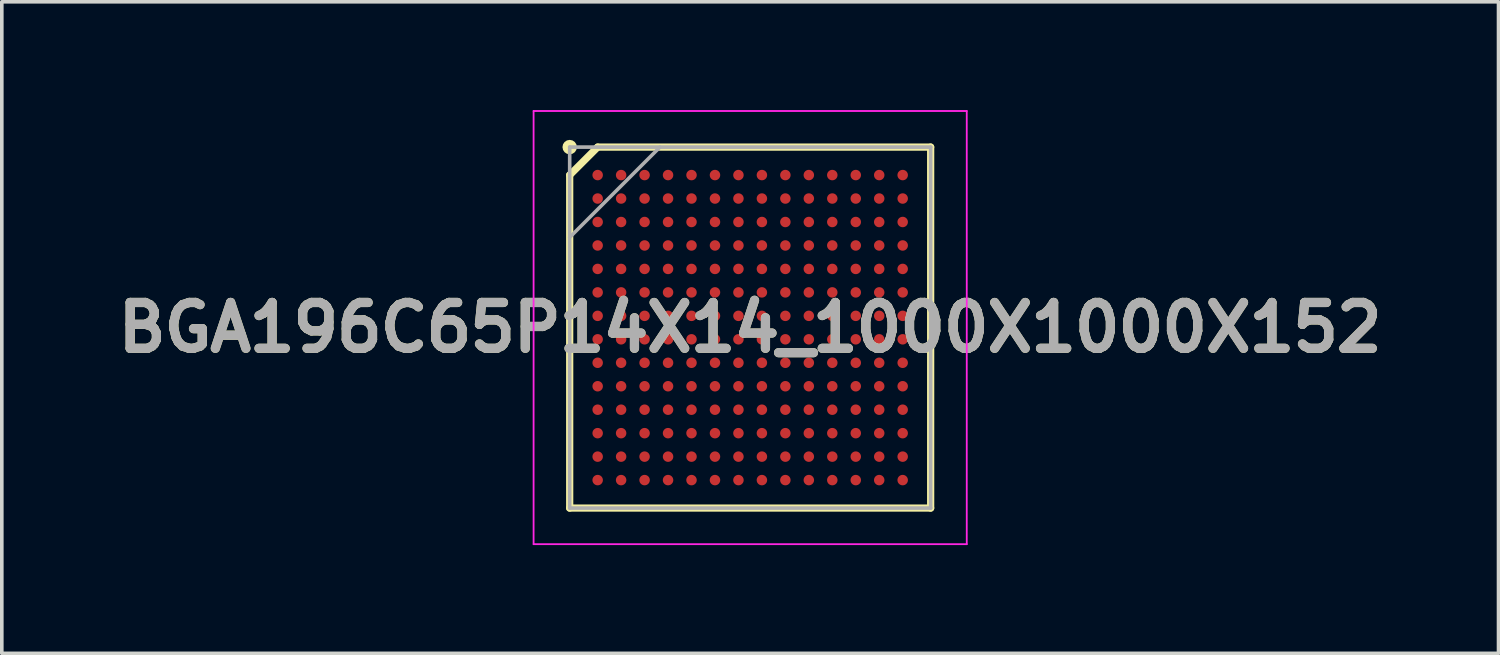
<source format=kicad_pcb>
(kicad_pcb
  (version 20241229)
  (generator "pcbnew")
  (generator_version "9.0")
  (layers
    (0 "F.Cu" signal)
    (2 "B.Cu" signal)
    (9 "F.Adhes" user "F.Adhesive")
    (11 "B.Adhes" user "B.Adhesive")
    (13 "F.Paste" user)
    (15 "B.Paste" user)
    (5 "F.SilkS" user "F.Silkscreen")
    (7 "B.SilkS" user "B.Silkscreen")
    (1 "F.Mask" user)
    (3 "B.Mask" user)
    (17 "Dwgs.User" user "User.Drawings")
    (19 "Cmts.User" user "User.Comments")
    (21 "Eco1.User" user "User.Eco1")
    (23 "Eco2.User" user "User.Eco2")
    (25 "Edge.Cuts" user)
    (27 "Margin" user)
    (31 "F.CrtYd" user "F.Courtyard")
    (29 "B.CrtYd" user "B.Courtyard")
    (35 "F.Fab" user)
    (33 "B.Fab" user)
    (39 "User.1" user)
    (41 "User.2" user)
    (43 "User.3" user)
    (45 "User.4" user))
  (footprint "BGA196C65P14X14_1000X1000X152"
    (layer "F.Cu")
    (at 17.732 6.025)
    (property "Reference" "BGA196C65P14X14_1000X1000X152" (at 0 0 0) (layer "F.SilkS") (effects (font (size 1.27 1.27) (thickness 0.254))))
    (attr smd)
    (fp_line (start -5 -4.225) (end -4.225 -5) (stroke (width 0.2) (type solid)) (layer "F.SilkS"))
    (fp_line (start -5 5) (end -5 -4.225) (stroke (width 0.2) (type solid)) (layer "F.SilkS"))
    (fp_line (start -4.225 -5) (end 5 -5) (stroke (width 0.2) (type solid)) (layer "F.SilkS"))
    (fp_line (start 5 -5) (end 5 5) (stroke (width 0.2) (type solid)) (layer "F.SilkS"))
    (fp_line (start 5 5) (end -5 5) (stroke (width 0.2) (type solid)) (layer "F.SilkS"))
    (fp_circle (center -5 -5) (end -5 -4.9) (stroke (width 0.2) (type solid)) (fill no) (layer "F.SilkS"))
    (fp_line (start -6 -6) (end 6 -6) (stroke (width 0.05) (type solid)) (layer "F.CrtYd"))
    (fp_line (start -6 6) (end -6 -6) (stroke (width 0.05) (type solid)) (layer "F.CrtYd"))
    (fp_line (start 6 -6) (end 6 6) (stroke (width 0.05) (type solid)) (layer "F.CrtYd"))
    (fp_line (start 6 6) (end -6 6) (stroke (width 0.05) (type solid)) (layer "F.CrtYd"))
    (fp_line (start -5 -5) (end 5 -5) (stroke (width 0.1) (type solid)) (layer "F.Fab"))
    (fp_line (start -5 -2.5) (end -2.5 -5) (stroke (width 0.1) (type solid)) (layer "F.Fab"))
    (fp_line (start -5 5) (end -5 -5) (stroke (width 0.1) (type solid)) (layer "F.Fab"))
    (fp_line (start 5 -5) (end 5 5) (stroke (width 0.1) (type solid)) (layer "F.Fab"))
    (fp_line (start 5 5) (end -5 5) (stroke (width 0.1) (type solid)) (layer "F.Fab"))
    (fp_text user "${REFERENCE}" (at 0 0 0) (layer "F.Fab") (effects (font (size 1.27 1.27) (thickness 0.254))))
    (pad "A1" smd circle (at -4.225 -4.225 90) (size 0.29 0.29) (layers "F.Cu" "F.Mask" "F.Paste"))
    (pad "A2" smd circle (at -3.575 -4.225 90) (size 0.29 0.29) (layers "F.Cu" "F.Mask" "F.Paste"))
    (pad "A3" smd circle (at -2.925 -4.225 90) (size 0.29 0.29) (layers "F.Cu" "F.Mask" "F.Paste"))
    (pad "A4" smd circle (at -2.275 -4.225 90) (size 0.29 0.29) (layers "F.Cu" "F.Mask" "F.Paste"))
    (pad "A5" smd circle (at -1.625 -4.225 90) (size 0.29 0.29) (layers "F.Cu" "F.Mask" "F.Paste"))
    (pad "A6" smd circle (at -0.975 -4.225 90) (size 0.29 0.29) (layers "F.Cu" "F.Mask" "F.Paste"))
    (pad "A7" smd circle (at -0.325 -4.225 90) (size 0.29 0.29) (layers "F.Cu" "F.Mask" "F.Paste"))
    (pad "A8" smd circle (at 0.325 -4.225 90) (size 0.29 0.29) (layers "F.Cu" "F.Mask" "F.Paste"))
    (pad "A9" smd circle (at 0.975 -4.225 90) (size 0.29 0.29) (layers "F.Cu" "F.Mask" "F.Paste"))
    (pad "A10" smd circle (at 1.625 -4.225 90) (size 0.29 0.29) (layers "F.Cu" "F.Mask" "F.Paste"))
    (pad "A11" smd circle (at 2.275 -4.225 90) (size 0.29 0.29) (layers "F.Cu" "F.Mask" "F.Paste"))
    (pad "A12" smd circle (at 2.925 -4.225 90) (size 0.29 0.29) (layers "F.Cu" "F.Mask" "F.Paste"))
    (pad "A13" smd circle (at 3.575 -4.225 90) (size 0.29 0.29) (layers "F.Cu" "F.Mask" "F.Paste"))
    (pad "A14" smd circle (at 4.225 -4.225 90) (size 0.29 0.29) (layers "F.Cu" "F.Mask" "F.Paste"))
    (pad "B1" smd circle (at -4.225 -3.575 90) (size 0.29 0.29) (layers "F.Cu" "F.Mask" "F.Paste"))
    (pad "B2" smd circle (at -3.575 -3.575 90) (size 0.29 0.29) (layers "F.Cu" "F.Mask" "F.Paste"))
    (pad "B3" smd circle (at -2.925 -3.575 90) (size 0.29 0.29) (layers "F.Cu" "F.Mask" "F.Paste"))
    (pad "B4" smd circle (at -2.275 -3.575 90) (size 0.29 0.29) (layers "F.Cu" "F.Mask" "F.Paste"))
    (pad "B5" smd circle (at -1.625 -3.575 90) (size 0.29 0.29) (layers "F.Cu" "F.Mask" "F.Paste"))
    (pad "B6" smd circle (at -0.975 -3.575 90) (size 0.29 0.29) (layers "F.Cu" "F.Mask" "F.Paste"))
    (pad "B7" smd circle (at -0.325 -3.575 90) (size 0.29 0.29) (layers "F.Cu" "F.Mask" "F.Paste"))
    (pad "B8" smd circle (at 0.325 -3.575 90) (size 0.29 0.29) (layers "F.Cu" "F.Mask" "F.Paste"))
    (pad "B9" smd circle (at 0.975 -3.575 90) (size 0.29 0.29) (layers "F.Cu" "F.Mask" "F.Paste"))
    (pad "B10" smd circle (at 1.625 -3.575 90) (size 0.29 0.29) (layers "F.Cu" "F.Mask" "F.Paste"))
    (pad "B11" smd circle (at 2.275 -3.575 90) (size 0.29 0.29) (layers "F.Cu" "F.Mask" "F.Paste"))
    (pad "B12" smd circle (at 2.925 -3.575 90) (size 0.29 0.29) (layers "F.Cu" "F.Mask" "F.Paste"))
    (pad "B13" smd circle (at 3.575 -3.575 90) (size 0.29 0.29) (layers "F.Cu" "F.Mask" "F.Paste"))
    (pad "B14" smd circle (at 4.225 -3.575 90) (size 0.29 0.29) (layers "F.Cu" "F.Mask" "F.Paste"))
    (pad "C1" smd circle (at -4.225 -2.925 90) (size 0.29 0.29) (layers "F.Cu" "F.Mask" "F.Paste"))
    (pad "C2" smd circle (at -3.575 -2.925 90) (size 0.29 0.29) (layers "F.Cu" "F.Mask" "F.Paste"))
    (pad "C3" smd circle (at -2.925 -2.925 90) (size 0.29 0.29) (layers "F.Cu" "F.Mask" "F.Paste"))
    (pad "C4" smd circle (at -2.275 -2.925 90) (size 0.29 0.29) (layers "F.Cu" "F.Mask" "F.Paste"))
    (pad "C5" smd circle (at -1.625 -2.925 90) (size 0.29 0.29) (layers "F.Cu" "F.Mask" "F.Paste"))
    (pad "C6" smd circle (at -0.975 -2.925 90) (size 0.29 0.29) (layers "F.Cu" "F.Mask" "F.Paste"))
    (pad "C7" smd circle (at -0.325 -2.925 90) (size 0.29 0.29) (layers "F.Cu" "F.Mask" "F.Paste"))
    (pad "C8" smd circle (at 0.325 -2.925 90) (size 0.29 0.29) (layers "F.Cu" "F.Mask" "F.Paste"))
    (pad "C9" smd circle (at 0.975 -2.925 90) (size 0.29 0.29) (layers "F.Cu" "F.Mask" "F.Paste"))
    (pad "C10" smd circle (at 1.625 -2.925 90) (size 0.29 0.29) (layers "F.Cu" "F.Mask" "F.Paste"))
    (pad "C11" smd circle (at 2.275 -2.925 90) (size 0.29 0.29) (layers "F.Cu" "F.Mask" "F.Paste"))
    (pad "C12" smd circle (at 2.925 -2.925 90) (size 0.29 0.29) (layers "F.Cu" "F.Mask" "F.Paste"))
    (pad "C13" smd circle (at 3.575 -2.925 90) (size 0.29 0.29) (layers "F.Cu" "F.Mask" "F.Paste"))
    (pad "C14" smd circle (at 4.225 -2.925 90) (size 0.29 0.29) (layers "F.Cu" "F.Mask" "F.Paste"))
    (pad "D1" smd circle (at -4.225 -2.275 90) (size 0.29 0.29) (layers "F.Cu" "F.Mask" "F.Paste"))
    (pad "D2" smd circle (at -3.575 -2.275 90) (size 0.29 0.29) (layers "F.Cu" "F.Mask" "F.Paste"))
    (pad "D3" smd circle (at -2.925 -2.275 90) (size 0.29 0.29) (layers "F.Cu" "F.Mask" "F.Paste"))
    (pad "D4" smd circle (at -2.275 -2.275 90) (size 0.29 0.29) (layers "F.Cu" "F.Mask" "F.Paste"))
    (pad "D5" smd circle (at -1.625 -2.275 90) (size 0.29 0.29) (layers "F.Cu" "F.Mask" "F.Paste"))
    (pad "D6" smd circle (at -0.975 -2.275 90) (size 0.29 0.29) (layers "F.Cu" "F.Mask" "F.Paste"))
    (pad "D7" smd circle (at -0.325 -2.275 90) (size 0.29 0.29) (layers "F.Cu" "F.Mask" "F.Paste"))
    (pad "D8" smd circle (at 0.325 -2.275 90) (size 0.29 0.29) (layers "F.Cu" "F.Mask" "F.Paste"))
    (pad "D9" smd circle (at 0.975 -2.275 90) (size 0.29 0.29) (layers "F.Cu" "F.Mask" "F.Paste"))
    (pad "D10" smd circle (at 1.625 -2.275 90) (size 0.29 0.29) (layers "F.Cu" "F.Mask" "F.Paste"))
    (pad "D11" smd circle (at 2.275 -2.275 90) (size 0.29 0.29) (layers "F.Cu" "F.Mask" "F.Paste"))
    (pad "D12" smd circle (at 2.925 -2.275 90) (size 0.29 0.29) (layers "F.Cu" "F.Mask" "F.Paste"))
    (pad "D13" smd circle (at 3.575 -2.275 90) (size 0.29 0.29) (layers "F.Cu" "F.Mask" "F.Paste"))
    (pad "D14" smd circle (at 4.225 -2.275 90) (size 0.29 0.29) (layers "F.Cu" "F.Mask" "F.Paste"))
    (pad "E1" smd circle (at -4.225 -1.625 90) (size 0.29 0.29) (layers "F.Cu" "F.Mask" "F.Paste"))
    (pad "E2" smd circle (at -3.575 -1.625 90) (size 0.29 0.29) (layers "F.Cu" "F.Mask" "F.Paste"))
    (pad "E3" smd circle (at -2.925 -1.625 90) (size 0.29 0.29) (layers "F.Cu" "F.Mask" "F.Paste"))
    (pad "E4" smd circle (at -2.275 -1.625 90) (size 0.29 0.29) (layers "F.Cu" "F.Mask" "F.Paste"))
    (pad "E5" smd circle (at -1.625 -1.625 90) (size 0.29 0.29) (layers "F.Cu" "F.Mask" "F.Paste"))
    (pad "E6" smd circle (at -0.975 -1.625 90) (size 0.29 0.29) (layers "F.Cu" "F.Mask" "F.Paste"))
    (pad "E7" smd circle (at -0.325 -1.625 90) (size 0.29 0.29) (layers "F.Cu" "F.Mask" "F.Paste"))
    (pad "E8" smd circle (at 0.325 -1.625 90) (size 0.29 0.29) (layers "F.Cu" "F.Mask" "F.Paste"))
    (pad "E9" smd circle (at 0.975 -1.625 90) (size 0.29 0.29) (layers "F.Cu" "F.Mask" "F.Paste"))
    (pad "E10" smd circle (at 1.625 -1.625 90) (size 0.29 0.29) (layers "F.Cu" "F.Mask" "F.Paste"))
    (pad "E11" smd circle (at 2.275 -1.625 90) (size 0.29 0.29) (layers "F.Cu" "F.Mask" "F.Paste"))
    (pad "E12" smd circle (at 2.925 -1.625 90) (size 0.29 0.29) (layers "F.Cu" "F.Mask" "F.Paste"))
    (pad "E13" smd circle (at 3.575 -1.625 90) (size 0.29 0.29) (layers "F.Cu" "F.Mask" "F.Paste"))
    (pad "E14" smd circle (at 4.225 -1.625 90) (size 0.29 0.29) (layers "F.Cu" "F.Mask" "F.Paste"))
    (pad "F1" smd circle (at -4.225 -0.975 90) (size 0.29 0.29) (layers "F.Cu" "F.Mask" "F.Paste"))
    (pad "F2" smd circle (at -3.575 -0.975 90) (size 0.29 0.29) (layers "F.Cu" "F.Mask" "F.Paste"))
    (pad "F3" smd circle (at -2.925 -0.975 90) (size 0.29 0.29) (layers "F.Cu" "F.Mask" "F.Paste"))
    (pad "F4" smd circle (at -2.275 -0.975 90) (size 0.29 0.29) (layers "F.Cu" "F.Mask" "F.Paste"))
    (pad "F5" smd circle (at -1.625 -0.975 90) (size 0.29 0.29) (layers "F.Cu" "F.Mask" "F.Paste"))
    (pad "F6" smd circle (at -0.975 -0.975 90) (size 0.29 0.29) (layers "F.Cu" "F.Mask" "F.Paste"))
    (pad "F7" smd circle (at -0.325 -0.975 90) (size 0.29 0.29) (layers "F.Cu" "F.Mask" "F.Paste"))
    (pad "F8" smd circle (at 0.325 -0.975 90) (size 0.29 0.29) (layers "F.Cu" "F.Mask" "F.Paste"))
    (pad "F9" smd circle (at 0.975 -0.975 90) (size 0.29 0.29) (layers "F.Cu" "F.Mask" "F.Paste"))
    (pad "F10" smd circle (at 1.625 -0.975 90) (size 0.29 0.29) (layers "F.Cu" "F.Mask" "F.Paste"))
    (pad "F11" smd circle (at 2.275 -0.975 90) (size 0.29 0.29) (layers "F.Cu" "F.Mask" "F.Paste"))
    (pad "F12" smd circle (at 2.925 -0.975 90) (size 0.29 0.29) (layers "F.Cu" "F.Mask" "F.Paste"))
    (pad "F13" smd circle (at 3.575 -0.975 90) (size 0.29 0.29) (layers "F.Cu" "F.Mask" "F.Paste"))
    (pad "F14" smd circle (at 4.225 -0.975 90) (size 0.29 0.29) (layers "F.Cu" "F.Mask" "F.Paste"))
    (pad "G1" smd circle (at -4.225 -0.325 90) (size 0.29 0.29) (layers "F.Cu" "F.Mask" "F.Paste"))
    (pad "G2" smd circle (at -3.575 -0.325 90) (size 0.29 0.29) (layers "F.Cu" "F.Mask" "F.Paste"))
    (pad "G3" smd circle (at -2.925 -0.325 90) (size 0.29 0.29) (layers "F.Cu" "F.Mask" "F.Paste"))
    (pad "G4" smd circle (at -2.275 -0.325 90) (size 0.29 0.29) (layers "F.Cu" "F.Mask" "F.Paste"))
    (pad "G5" smd circle (at -1.625 -0.325 90) (size 0.29 0.29) (layers "F.Cu" "F.Mask" "F.Paste"))
    (pad "G6" smd circle (at -0.975 -0.325 90) (size 0.29 0.29) (layers "F.Cu" "F.Mask" "F.Paste"))
    (pad "G7" smd circle (at -0.325 -0.325 90) (size 0.29 0.29) (layers "F.Cu" "F.Mask" "F.Paste"))
    (pad "G8" smd circle (at 0.325 -0.325 90) (size 0.29 0.29) (layers "F.Cu" "F.Mask" "F.Paste"))
    (pad "G9" smd circle (at 0.975 -0.325 90) (size 0.29 0.29) (layers "F.Cu" "F.Mask" "F.Paste"))
    (pad "G10" smd circle (at 1.625 -0.325 90) (size 0.29 0.29) (layers "F.Cu" "F.Mask" "F.Paste"))
    (pad "G11" smd circle (at 2.275 -0.325 90) (size 0.29 0.29) (layers "F.Cu" "F.Mask" "F.Paste"))
    (pad "G12" smd circle (at 2.925 -0.325 90) (size 0.29 0.29) (layers "F.Cu" "F.Mask" "F.Paste"))
    (pad "G13" smd circle (at 3.575 -0.325 90) (size 0.29 0.29) (layers "F.Cu" "F.Mask" "F.Paste"))
    (pad "G14" smd circle (at 4.225 -0.325 90) (size 0.29 0.29) (layers "F.Cu" "F.Mask" "F.Paste"))
    (pad "H1" smd circle (at -4.225 0.325 90) (size 0.29 0.29) (layers "F.Cu" "F.Mask" "F.Paste"))
    (pad "H2" smd circle (at -3.575 0.325 90) (size 0.29 0.29) (layers "F.Cu" "F.Mask" "F.Paste"))
    (pad "H3" smd circle (at -2.925 0.325 90) (size 0.29 0.29) (layers "F.Cu" "F.Mask" "F.Paste"))
    (pad "H4" smd circle (at -2.275 0.325 90) (size 0.29 0.29) (layers "F.Cu" "F.Mask" "F.Paste"))
    (pad "H5" smd circle (at -1.625 0.325 90) (size 0.29 0.29) (layers "F.Cu" "F.Mask" "F.Paste"))
    (pad "H6" smd circle (at -0.975 0.325 90) (size 0.29 0.29) (layers "F.Cu" "F.Mask" "F.Paste"))
    (pad "H7" smd circle (at -0.325 0.325 90) (size 0.29 0.29) (layers "F.Cu" "F.Mask" "F.Paste"))
    (pad "H8" smd circle (at 0.325 0.325 90) (size 0.29 0.29) (layers "F.Cu" "F.Mask" "F.Paste"))
    (pad "H9" smd circle (at 0.975 0.325 90) (size 0.29 0.29) (layers "F.Cu" "F.Mask" "F.Paste"))
    (pad "H10" smd circle (at 1.625 0.325 90) (size 0.29 0.29) (layers "F.Cu" "F.Mask" "F.Paste"))
    (pad "H11" smd circle (at 2.275 0.325 90) (size 0.29 0.29) (layers "F.Cu" "F.Mask" "F.Paste"))
    (pad "H12" smd circle (at 2.925 0.325 90) (size 0.29 0.29) (layers "F.Cu" "F.Mask" "F.Paste"))
    (pad "H13" smd circle (at 3.575 0.325 90) (size 0.29 0.29) (layers "F.Cu" "F.Mask" "F.Paste"))
    (pad "H14" smd circle (at 4.225 0.325 90) (size 0.29 0.29) (layers "F.Cu" "F.Mask" "F.Paste"))
    (pad "J1" smd circle (at -4.225 0.975 90) (size 0.29 0.29) (layers "F.Cu" "F.Mask" "F.Paste"))
    (pad "J2" smd circle (at -3.575 0.975 90) (size 0.29 0.29) (layers "F.Cu" "F.Mask" "F.Paste"))
    (pad "J3" smd circle (at -2.925 0.975 90) (size 0.29 0.29) (layers "F.Cu" "F.Mask" "F.Paste"))
    (pad "J4" smd circle (at -2.275 0.975 90) (size 0.29 0.29) (layers "F.Cu" "F.Mask" "F.Paste"))
    (pad "J5" smd circle (at -1.625 0.975 90) (size 0.29 0.29) (layers "F.Cu" "F.Mask" "F.Paste"))
    (pad "J6" smd circle (at -0.975 0.975 90) (size 0.29 0.29) (layers "F.Cu" "F.Mask" "F.Paste"))
    (pad "J7" smd circle (at -0.325 0.975 90) (size 0.29 0.29) (layers "F.Cu" "F.Mask" "F.Paste"))
    (pad "J8" smd circle (at 0.325 0.975 90) (size 0.29 0.29) (layers "F.Cu" "F.Mask" "F.Paste"))
    (pad "J9" smd circle (at 0.975 0.975 90) (size 0.29 0.29) (layers "F.Cu" "F.Mask" "F.Paste"))
    (pad "J10" smd circle (at 1.625 0.975 90) (size 0.29 0.29) (layers "F.Cu" "F.Mask" "F.Paste"))
    (pad "J11" smd circle (at 2.275 0.975 90) (size 0.29 0.29) (layers "F.Cu" "F.Mask" "F.Paste"))
    (pad "J12" smd circle (at 2.925 0.975 90) (size 0.29 0.29) (layers "F.Cu" "F.Mask" "F.Paste"))
    (pad "J13" smd circle (at 3.575 0.975 90) (size 0.29 0.29) (layers "F.Cu" "F.Mask" "F.Paste"))
    (pad "J14" smd circle (at 4.225 0.975 90) (size 0.29 0.29) (layers "F.Cu" "F.Mask" "F.Paste"))
    (pad "K1" smd circle (at -4.225 1.625 90) (size 0.29 0.29) (layers "F.Cu" "F.Mask" "F.Paste"))
    (pad "K2" smd circle (at -3.575 1.625 90) (size 0.29 0.29) (layers "F.Cu" "F.Mask" "F.Paste"))
    (pad "K3" smd circle (at -2.925 1.625 90) (size 0.29 0.29) (layers "F.Cu" "F.Mask" "F.Paste"))
    (pad "K4" smd circle (at -2.275 1.625 90) (size 0.29 0.29) (layers "F.Cu" "F.Mask" "F.Paste"))
    (pad "K5" smd circle (at -1.625 1.625 90) (size 0.29 0.29) (layers "F.Cu" "F.Mask" "F.Paste"))
    (pad "K6" smd circle (at -0.975 1.625 90) (size 0.29 0.29) (layers "F.Cu" "F.Mask" "F.Paste"))
    (pad "K7" smd circle (at -0.325 1.625 90) (size 0.29 0.29) (layers "F.Cu" "F.Mask" "F.Paste"))
    (pad "K8" smd circle (at 0.325 1.625 90) (size 0.29 0.29) (layers "F.Cu" "F.Mask" "F.Paste"))
    (pad "K9" smd circle (at 0.975 1.625 90) (size 0.29 0.29) (layers "F.Cu" "F.Mask" "F.Paste"))
    (pad "K10" smd circle (at 1.625 1.625 90) (size 0.29 0.29) (layers "F.Cu" "F.Mask" "F.Paste"))
    (pad "K11" smd circle (at 2.275 1.625 90) (size 0.29 0.29) (layers "F.Cu" "F.Mask" "F.Paste"))
    (pad "K12" smd circle (at 2.925 1.625 90) (size 0.29 0.29) (layers "F.Cu" "F.Mask" "F.Paste"))
    (pad "K13" smd circle (at 3.575 1.625 90) (size 0.29 0.29) (layers "F.Cu" "F.Mask" "F.Paste"))
    (pad "K14" smd circle (at 4.225 1.625 90) (size 0.29 0.29) (layers "F.Cu" "F.Mask" "F.Paste"))
    (pad "L1" smd circle (at -4.225 2.275 90) (size 0.29 0.29) (layers "F.Cu" "F.Mask" "F.Paste"))
    (pad "L2" smd circle (at -3.575 2.275 90) (size 0.29 0.29) (layers "F.Cu" "F.Mask" "F.Paste"))
    (pad "L3" smd circle (at -2.925 2.275 90) (size 0.29 0.29) (layers "F.Cu" "F.Mask" "F.Paste"))
    (pad "L4" smd circle (at -2.275 2.275 90) (size 0.29 0.29) (layers "F.Cu" "F.Mask" "F.Paste"))
    (pad "L5" smd circle (at -1.625 2.275 90) (size 0.29 0.29) (layers "F.Cu" "F.Mask" "F.Paste"))
    (pad "L6" smd circle (at -0.975 2.275 90) (size 0.29 0.29) (layers "F.Cu" "F.Mask" "F.Paste"))
    (pad "L7" smd circle (at -0.325 2.275 90) (size 0.29 0.29) (layers "F.Cu" "F.Mask" "F.Paste"))
    (pad "L8" smd circle (at 0.325 2.275 90) (size 0.29 0.29) (layers "F.Cu" "F.Mask" "F.Paste"))
    (pad "L9" smd circle (at 0.975 2.275 90) (size 0.29 0.29) (layers "F.Cu" "F.Mask" "F.Paste"))
    (pad "L10" smd circle (at 1.625 2.275 90) (size 0.29 0.29) (layers "F.Cu" "F.Mask" "F.Paste"))
    (pad "L11" smd circle (at 2.275 2.275 90) (size 0.29 0.29) (layers "F.Cu" "F.Mask" "F.Paste"))
    (pad "L12" smd circle (at 2.925 2.275 90) (size 0.29 0.29) (layers "F.Cu" "F.Mask" "F.Paste"))
    (pad "L13" smd circle (at 3.575 2.275 90) (size 0.29 0.29) (layers "F.Cu" "F.Mask" "F.Paste"))
    (pad "L14" smd circle (at 4.225 2.275 90) (size 0.29 0.29) (layers "F.Cu" "F.Mask" "F.Paste"))
    (pad "M1" smd circle (at -4.225 2.925 90) (size 0.29 0.29) (layers "F.Cu" "F.Mask" "F.Paste"))
    (pad "M2" smd circle (at -3.575 2.925 90) (size 0.29 0.29) (layers "F.Cu" "F.Mask" "F.Paste"))
    (pad "M3" smd circle (at -2.925 2.925 90) (size 0.29 0.29) (layers "F.Cu" "F.Mask" "F.Paste"))
    (pad "M4" smd circle (at -2.275 2.925 90) (size 0.29 0.29) (layers "F.Cu" "F.Mask" "F.Paste"))
    (pad "M5" smd circle (at -1.625 2.925 90) (size 0.29 0.29) (layers "F.Cu" "F.Mask" "F.Paste"))
    (pad "M6" smd circle (at -0.975 2.925 90) (size 0.29 0.29) (layers "F.Cu" "F.Mask" "F.Paste"))
    (pad "M7" smd circle (at -0.325 2.925 90) (size 0.29 0.29) (layers "F.Cu" "F.Mask" "F.Paste"))
    (pad "M8" smd circle (at 0.325 2.925 90) (size 0.29 0.29) (layers "F.Cu" "F.Mask" "F.Paste"))
    (pad "M9" smd circle (at 0.975 2.925 90) (size 0.29 0.29) (layers "F.Cu" "F.Mask" "F.Paste"))
    (pad "M10" smd circle (at 1.625 2.925 90) (size 0.29 0.29) (layers "F.Cu" "F.Mask" "F.Paste"))
    (pad "M11" smd circle (at 2.275 2.925 90) (size 0.29 0.29) (layers "F.Cu" "F.Mask" "F.Paste"))
    (pad "M12" smd circle (at 2.925 2.925 90) (size 0.29 0.29) (layers "F.Cu" "F.Mask" "F.Paste"))
    (pad "M13" smd circle (at 3.575 2.925 90) (size 0.29 0.29) (layers "F.Cu" "F.Mask" "F.Paste"))
    (pad "M14" smd circle (at 4.225 2.925 90) (size 0.29 0.29) (layers "F.Cu" "F.Mask" "F.Paste"))
    (pad "N1" smd circle (at -4.225 3.575 90) (size 0.29 0.29) (layers "F.Cu" "F.Mask" "F.Paste"))
    (pad "N2" smd circle (at -3.575 3.575 90) (size 0.29 0.29) (layers "F.Cu" "F.Mask" "F.Paste"))
    (pad "N3" smd circle (at -2.925 3.575 90) (size 0.29 0.29) (layers "F.Cu" "F.Mask" "F.Paste"))
    (pad "N4" smd circle (at -2.275 3.575 90) (size 0.29 0.29) (layers "F.Cu" "F.Mask" "F.Paste"))
    (pad "N5" smd circle (at -1.625 3.575 90) (size 0.29 0.29) (layers "F.Cu" "F.Mask" "F.Paste"))
    (pad "N6" smd circle (at -0.975 3.575 90) (size 0.29 0.29) (layers "F.Cu" "F.Mask" "F.Paste"))
    (pad "N7" smd circle (at -0.325 3.575 90) (size 0.29 0.29) (layers "F.Cu" "F.Mask" "F.Paste"))
    (pad "N8" smd circle (at 0.325 3.575 90) (size 0.29 0.29) (layers "F.Cu" "F.Mask" "F.Paste"))
    (pad "N9" smd circle (at 0.975 3.575 90) (size 0.29 0.29) (layers "F.Cu" "F.Mask" "F.Paste"))
    (pad "N10" smd circle (at 1.625 3.575 90) (size 0.29 0.29) (layers "F.Cu" "F.Mask" "F.Paste"))
    (pad "N11" smd circle (at 2.275 3.575 90) (size 0.29 0.29) (layers "F.Cu" "F.Mask" "F.Paste"))
    (pad "N12" smd circle (at 2.925 3.575 90) (size 0.29 0.29) (layers "F.Cu" "F.Mask" "F.Paste"))
    (pad "N13" smd circle (at 3.575 3.575 90) (size 0.29 0.29) (layers "F.Cu" "F.Mask" "F.Paste"))
    (pad "N14" smd circle (at 4.225 3.575 90) (size 0.29 0.29) (layers "F.Cu" "F.Mask" "F.Paste"))
    (pad "P1" smd circle (at -4.225 4.225 90) (size 0.29 0.29) (layers "F.Cu" "F.Mask" "F.Paste"))
    (pad "P2" smd circle (at -3.575 4.225 90) (size 0.29 0.29) (layers "F.Cu" "F.Mask" "F.Paste"))
    (pad "P3" smd circle (at -2.925 4.225 90) (size 0.29 0.29) (layers "F.Cu" "F.Mask" "F.Paste"))
    (pad "P4" smd circle (at -2.275 4.225 90) (size 0.29 0.29) (layers "F.Cu" "F.Mask" "F.Paste"))
    (pad "P5" smd circle (at -1.625 4.225 90) (size 0.29 0.29) (layers "F.Cu" "F.Mask" "F.Paste"))
    (pad "P6" smd circle (at -0.975 4.225 90) (size 0.29 0.29) (layers "F.Cu" "F.Mask" "F.Paste"))
    (pad "P7" smd circle (at -0.325 4.225 90) (size 0.29 0.29) (layers "F.Cu" "F.Mask" "F.Paste"))
    (pad "P8" smd circle (at 0.325 4.225 90) (size 0.29 0.29) (layers "F.Cu" "F.Mask" "F.Paste"))
    (pad "P9" smd circle (at 0.975 4.225 90) (size 0.29 0.29) (layers "F.Cu" "F.Mask" "F.Paste"))
    (pad "P10" smd circle (at 1.625 4.225 90) (size 0.29 0.29) (layers "F.Cu" "F.Mask" "F.Paste"))
    (pad "P11" smd circle (at 2.275 4.225 90) (size 0.29 0.29) (layers "F.Cu" "F.Mask" "F.Paste"))
    (pad "P12" smd circle (at 2.925 4.225 90) (size 0.29 0.29) (layers "F.Cu" "F.Mask" "F.Paste"))
    (pad "P13" smd circle (at 3.575 4.225 90) (size 0.29 0.29) (layers "F.Cu" "F.Mask" "F.Paste"))
    (pad "P14" smd circle (at 4.225 4.225 90) (size 0.29 0.29) (layers "F.Cu" "F.Mask" "F.Paste")))
  (gr_rect
    (start -3 -3)
    (end 38.463 15.05)
    (stroke (width 0.1) (type default))
    (fill no)
    (layer "Edge.Cuts")))
</source>
